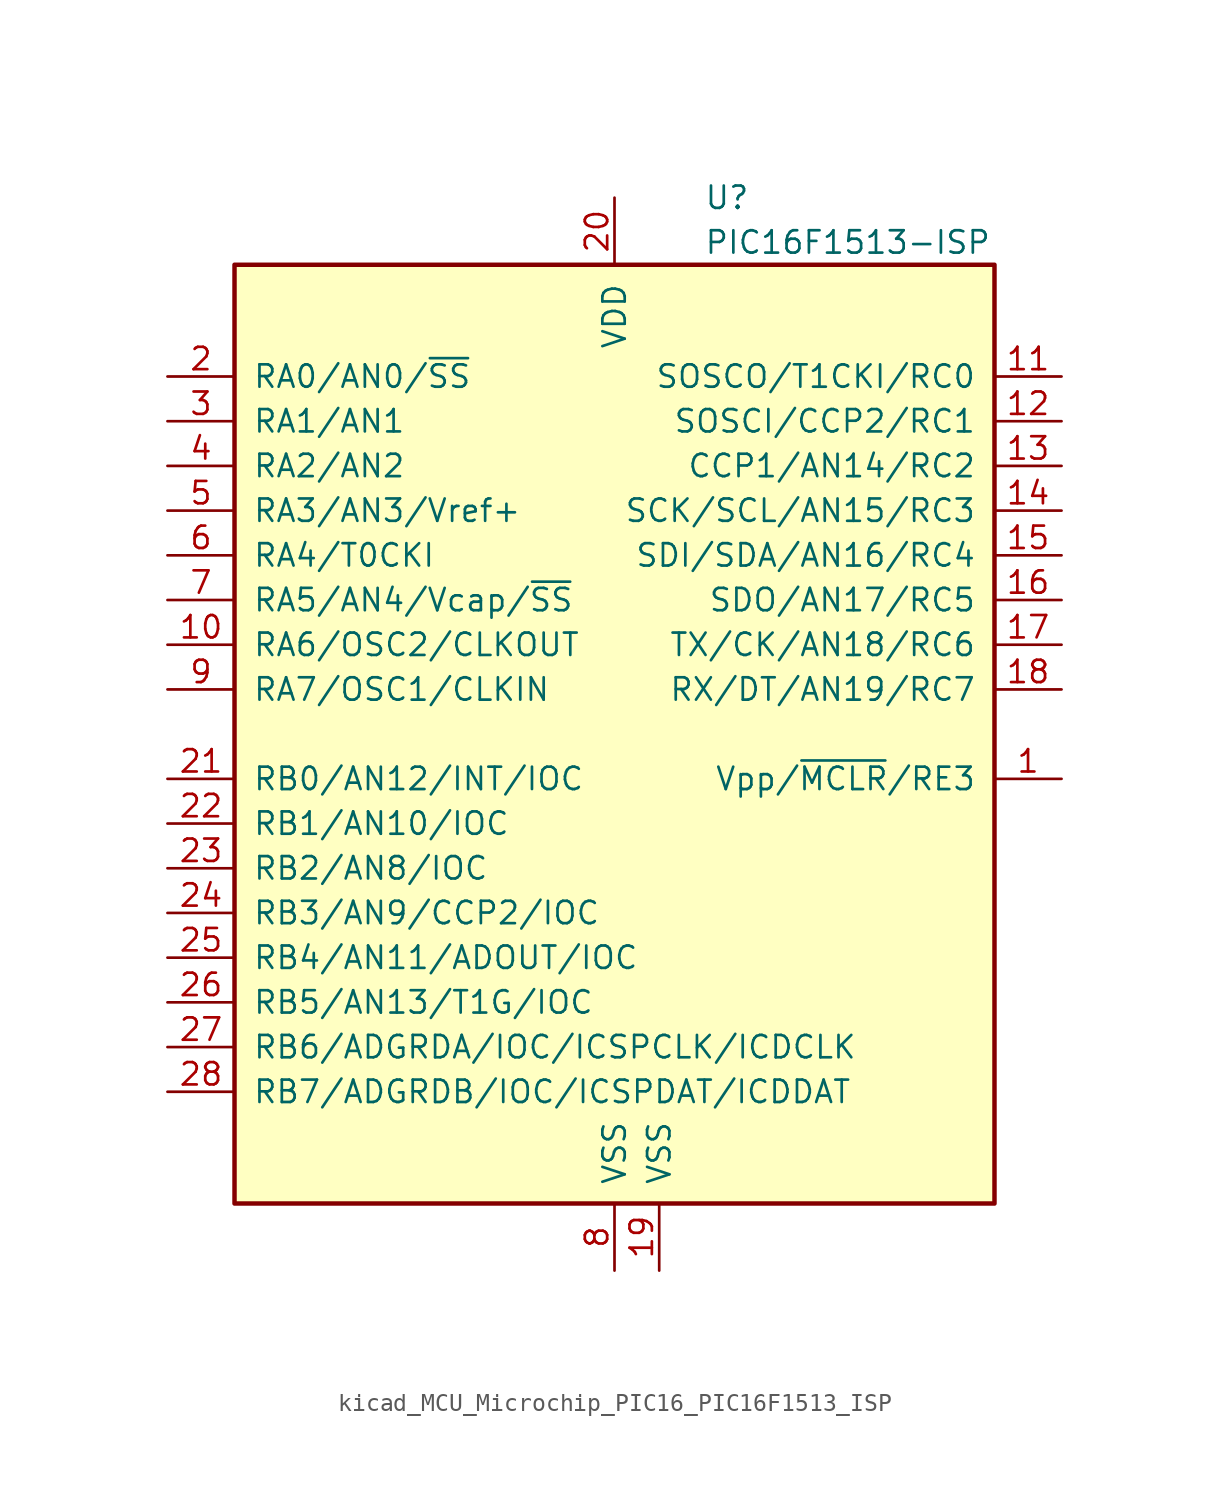
<source format=kicad_sym>
(kicad_symbol_lib
  (version 20220914)
  (generator kicad_symbol_editor)
  (symbol "kicad_MCU_Microchip_PIC16_PIC16F1513_ISP"
    (pin_names
      (offset 1.016))
    (property "Reference" "U"
      (at 5.08 30.48 0)
      (effects (font (size 1.27 1.27)) (justify left)))
    (property "Value" "PIC16F1513-ISP"
      (at 5.08 27.94 0)
      (effects (font (size 1.27 1.27)) (justify left)))
    (symbol "kicad_MCU_Microchip_PIC16_PIC16F1513_ISP_0_1"
      (rectangle (start -21.59 26.67) (end 21.59 -26.67) (stroke (width 0.254) (type default)) (fill (type background))))
    (symbol "kicad_MCU_Microchip_PIC16_PIC16F1513_ISP_1_1"
      (pin input line (at 25.4 -2.54 180) (length 3.81) (name "Vpp/~{MCLR}/RE3" (effects (font (size 1.27 1.27)))) (number "1" (effects (font (size 1.27 1.27)))))
      (pin bidirectional line (at -25.4 5.08 0) (length 3.81) (name "RA6/OSC2/CLKOUT" (effects (font (size 1.27 1.27)))) (number "10" (effects (font (size 1.27 1.27)))))
      (pin bidirectional line (at 25.4 20.32 180) (length 3.81) (name "SOSCO/T1CKI/RC0" (effects (font (size 1.27 1.27)))) (number "11" (effects (font (size 1.27 1.27)))))
      (pin bidirectional line (at 25.4 17.78 180) (length 3.81) (name "SOSCI/CCP2/RC1" (effects (font (size 1.27 1.27)))) (number "12" (effects (font (size 1.27 1.27)))))
      (pin bidirectional line (at 25.4 15.24 180) (length 3.81) (name "CCP1/AN14/RC2" (effects (font (size 1.27 1.27)))) (number "13" (effects (font (size 1.27 1.27)))))
      (pin bidirectional line (at 25.4 12.7 180) (length 3.81) (name "SCK/SCL/AN15/RC3" (effects (font (size 1.27 1.27)))) (number "14" (effects (font (size 1.27 1.27)))))
      (pin bidirectional line (at 25.4 10.16 180) (length 3.81) (name "SDI/SDA/AN16/RC4" (effects (font (size 1.27 1.27)))) (number "15" (effects (font (size 1.27 1.27)))))
      (pin bidirectional line (at 25.4 7.62 180) (length 3.81) (name "SDO/AN17/RC5" (effects (font (size 1.27 1.27)))) (number "16" (effects (font (size 1.27 1.27)))))
      (pin bidirectional line (at 25.4 5.08 180) (length 3.81) (name "TX/CK/AN18/RC6" (effects (font (size 1.27 1.27)))) (number "17" (effects (font (size 1.27 1.27)))))
      (pin bidirectional line (at 25.4 2.54 180) (length 3.81) (name "RX/DT/AN19/RC7" (effects (font (size 1.27 1.27)))) (number "18" (effects (font (size 1.27 1.27)))))
      (pin power_in line (at 2.54 -30.48 90) (length 3.81) (name "VSS" (effects (font (size 1.27 1.27)))) (number "19" (effects (font (size 1.27 1.27)))))
      (pin bidirectional line (at -25.4 20.32 0) (length 3.81) (name "RA0/AN0/~{SS}" (effects (font (size 1.27 1.27)))) (number "2" (effects (font (size 1.27 1.27)))))
      (pin power_in line (at 0 30.48 270) (length 3.81) (name "VDD" (effects (font (size 1.27 1.27)))) (number "20" (effects (font (size 1.27 1.27)))))
      (pin bidirectional line (at -25.4 -2.54 0) (length 3.81) (name "RB0/AN12/INT/IOC" (effects (font (size 1.27 1.27)))) (number "21" (effects (font (size 1.27 1.27)))))
      (pin bidirectional line (at -25.4 -5.08 0) (length 3.81) (name "RB1/AN10/IOC" (effects (font (size 1.27 1.27)))) (number "22" (effects (font (size 1.27 1.27)))))
      (pin bidirectional line (at -25.4 -7.62 0) (length 3.81) (name "RB2/AN8/IOC" (effects (font (size 1.27 1.27)))) (number "23" (effects (font (size 1.27 1.27)))))
      (pin bidirectional line (at -25.4 -10.16 0) (length 3.81) (name "RB3/AN9/CCP2/IOC" (effects (font (size 1.27 1.27)))) (number "24" (effects (font (size 1.27 1.27)))))
      (pin bidirectional line (at -25.4 -12.7 0) (length 3.81) (name "RB4/AN11/ADOUT/IOC" (effects (font (size 1.27 1.27)))) (number "25" (effects (font (size 1.27 1.27)))))
      (pin bidirectional line (at -25.4 -15.24 0) (length 3.81) (name "RB5/AN13/T1G/IOC" (effects (font (size 1.27 1.27)))) (number "26" (effects (font (size 1.27 1.27)))))
      (pin bidirectional line (at -25.4 -17.78 0) (length 3.81) (name "RB6/ADGRDA/IOC/ICSPCLK/ICDCLK" (effects (font (size 1.27 1.27)))) (number "27" (effects (font (size 1.27 1.27)))))
      (pin bidirectional line (at -25.4 -20.32 0) (length 3.81) (name "RB7/ADGRDB/IOC/ICSPDAT/ICDDAT" (effects (font (size 1.27 1.27)))) (number "28" (effects (font (size 1.27 1.27)))))
      (pin bidirectional line (at -25.4 17.78 0) (length 3.81) (name "RA1/AN1" (effects (font (size 1.27 1.27)))) (number "3" (effects (font (size 1.27 1.27)))))
      (pin bidirectional line (at -25.4 15.24 0) (length 3.81) (name "RA2/AN2" (effects (font (size 1.27 1.27)))) (number "4" (effects (font (size 1.27 1.27)))))
      (pin bidirectional line (at -25.4 12.7 0) (length 3.81) (name "RA3/AN3/Vref+" (effects (font (size 1.27 1.27)))) (number "5" (effects (font (size 1.27 1.27)))))
      (pin bidirectional line (at -25.4 10.16 0) (length 3.81) (name "RA4/T0CKI" (effects (font (size 1.27 1.27)))) (number "6" (effects (font (size 1.27 1.27)))))
      (pin bidirectional line (at -25.4 7.62 0) (length 3.81) (name "RA5/AN4/Vcap/~{SS}" (effects (font (size 1.27 1.27)))) (number "7" (effects (font (size 1.27 1.27)))))
      (pin power_in line (at 0 -30.48 90) (length 3.81) (name "VSS" (effects (font (size 1.27 1.27)))) (number "8" (effects (font (size 1.27 1.27)))))
      (pin bidirectional line (at -25.4 2.54 0) (length 3.81) (name "RA7/OSC1/CLKIN" (effects (font (size 1.27 1.27)))) (number "9" (effects (font (size 1.27 1.27))))))))
</source>
